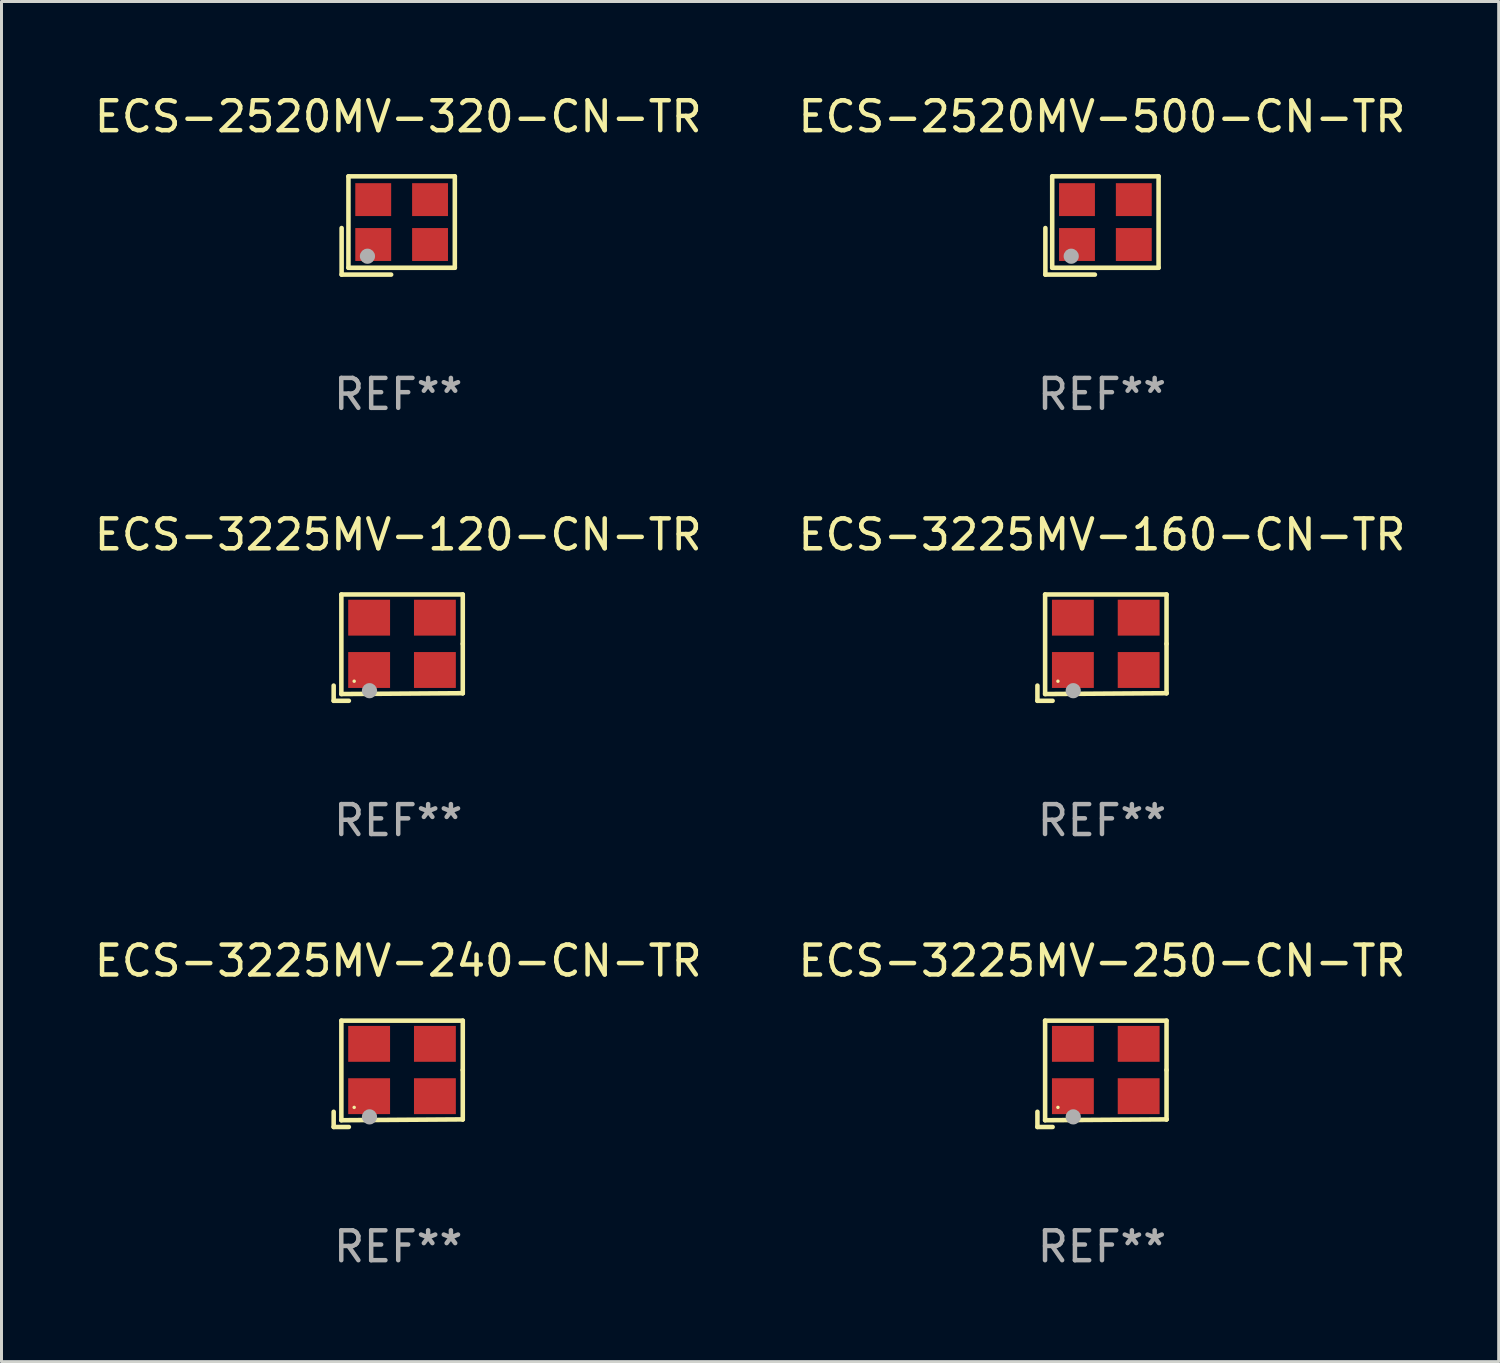
<source format=kicad_pcb>
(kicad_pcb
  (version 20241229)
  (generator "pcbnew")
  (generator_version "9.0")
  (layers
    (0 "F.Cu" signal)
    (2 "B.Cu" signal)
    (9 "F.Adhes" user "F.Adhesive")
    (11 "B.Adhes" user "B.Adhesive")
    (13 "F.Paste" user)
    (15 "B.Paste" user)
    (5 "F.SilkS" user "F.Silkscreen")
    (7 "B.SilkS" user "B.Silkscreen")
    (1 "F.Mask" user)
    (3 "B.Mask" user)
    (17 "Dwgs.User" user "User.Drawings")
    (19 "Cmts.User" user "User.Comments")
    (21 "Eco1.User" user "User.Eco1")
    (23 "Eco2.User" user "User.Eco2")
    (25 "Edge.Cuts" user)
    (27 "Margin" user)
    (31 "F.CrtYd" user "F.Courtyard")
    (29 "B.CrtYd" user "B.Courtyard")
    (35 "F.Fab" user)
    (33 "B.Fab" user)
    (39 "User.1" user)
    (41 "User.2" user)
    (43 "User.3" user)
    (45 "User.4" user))
  (footprint "ECS-3225MV-160-CN-TR"
    (layer "F.Cu")
    (at 33.804 18.609)
    (property "Reference" "ECS-3225MV-160-CN-TR" (at 0 -3.778 0) (layer "F.SilkS") (effects (font (size 1 1) (thickness 0.15))))
    (attr through_hole)
    (fp_line (start -2.159 1.27) (end -2.159 1.778) (stroke (width 0.152) (type solid)) (layer "F.SilkS"))
    (fp_line (start -2.159 1.778) (end -1.651 1.778) (stroke (width 0.152) (type solid)) (layer "F.SilkS"))
    (fp_line (start -1.902 -1.778) (end 2.159 -1.778) (stroke (width 0.152) (type solid)) (layer "F.SilkS"))
    (fp_line (start -1.902 1.552) (end -1.902 -1.778) (stroke (width 0.152) (type solid)) (layer "F.SilkS"))
    (fp_line (start 2.159 -1.778) (end 2.159 -0.127) (stroke (width 0.152) (type solid)) (layer "F.SilkS"))
    (fp_line (start 2.159 -0.127) (end 2.159 1.524) (stroke (width 0.152) (type solid)) (layer "F.SilkS"))
    (fp_line (start 2.159 1.524) (end -1.902 1.552) (stroke (width 0.152) (type solid)) (layer "F.SilkS"))
    (fp_line (start 2.159 1.524) (end 2.159 1.524) (stroke (width 0.152) (type solid)) (layer "F.SilkS"))
    (fp_circle (center -1.473 1.123) (end -1.443 1.123) (stroke (width 0.06) (type solid)) (fill no) (layer "F.SilkS"))
    (fp_circle (center -0.961 1.44) (end -0.834 1.44) (stroke (width 0.254) (type solid)) (fill no) (layer "F.Fab"))
    (fp_text user "REF**" (at 0 5.778 0) (layer "F.Fab") (effects (font (size 1 1) (thickness 0.15))))
    (pad "1" smd rect (at -0.973 0.748) (size 1.4 1.2) (layers "F.Cu" "F.Mask" "F.Paste"))
    (pad "2" smd rect (at 1.227 0.748) (size 1.4 1.2) (layers "F.Cu" "F.Mask" "F.Paste"))
    (pad "3" smd rect (at 1.227 -1.002) (size 1.4 1.2) (layers "F.Cu" "F.Mask" "F.Paste"))
    (pad "4" smd rect (at -0.973 -1.002) (size 1.4 1.2) (layers "F.Cu" "F.Mask" "F.Paste")))
  (footprint "ECS-3225MV-240-CN-TR"
    (layer "F.Cu")
    (at 10.268 32.862)
    (property "Reference" "ECS-3225MV-240-CN-TR" (at 0 -3.778 0) (layer "F.SilkS") (effects (font (size 1 1) (thickness 0.15))))
    (attr through_hole)
    (fp_line (start -2.159 1.27) (end -2.159 1.778) (stroke (width 0.152) (type solid)) (layer "F.SilkS"))
    (fp_line (start -2.159 1.778) (end -1.651 1.778) (stroke (width 0.152) (type solid)) (layer "F.SilkS"))
    (fp_line (start -1.902 -1.778) (end 2.159 -1.778) (stroke (width 0.152) (type solid)) (layer "F.SilkS"))
    (fp_line (start -1.902 1.552) (end -1.902 -1.778) (stroke (width 0.152) (type solid)) (layer "F.SilkS"))
    (fp_line (start 2.159 -1.778) (end 2.159 -0.127) (stroke (width 0.152) (type solid)) (layer "F.SilkS"))
    (fp_line (start 2.159 -0.127) (end 2.159 1.524) (stroke (width 0.152) (type solid)) (layer "F.SilkS"))
    (fp_line (start 2.159 1.524) (end -1.902 1.552) (stroke (width 0.152) (type solid)) (layer "F.SilkS"))
    (fp_line (start 2.159 1.524) (end 2.159 1.524) (stroke (width 0.152) (type solid)) (layer "F.SilkS"))
    (fp_circle (center -1.473 1.123) (end -1.443 1.123) (stroke (width 0.06) (type solid)) (fill no) (layer "F.SilkS"))
    (fp_circle (center -0.961 1.44) (end -0.834 1.44) (stroke (width 0.254) (type solid)) (fill no) (layer "F.Fab"))
    (fp_text user "REF**" (at 0 5.778 0) (layer "F.Fab") (effects (font (size 1 1) (thickness 0.15))))
    (pad "1" smd rect (at -0.973 0.748) (size 1.4 1.2) (layers "F.Cu" "F.Mask" "F.Paste"))
    (pad "2" smd rect (at 1.227 0.748) (size 1.4 1.2) (layers "F.Cu" "F.Mask" "F.Paste"))
    (pad "3" smd rect (at 1.227 -1.002) (size 1.4 1.2) (layers "F.Cu" "F.Mask" "F.Paste"))
    (pad "4" smd rect (at -0.973 -1.002) (size 1.4 1.2) (layers "F.Cu" "F.Mask" "F.Paste")))
  (footprint "ECS-2520MV-320-CN-TR"
    (layer "F.Cu")
    (at 10.268 4.491)
    (property "Reference" "ECS-2520MV-320-CN-TR" (at 0 -3.643 0) (layer "F.SilkS") (effects (font (size 1 1) (thickness 0.15))))
    (attr through_hole)
    (fp_line (start -1.893 0.086) (end -1.893 1.643) (stroke (width 0.152) (type solid)) (layer "F.SilkS"))
    (fp_line (start -1.893 1.643) (end -0.237 1.643) (stroke (width 0.152) (type solid)) (layer "F.SilkS"))
    (fp_line (start -1.665 -1.643) (end 1.893 -1.643) (stroke (width 0.152) (type solid)) (layer "F.SilkS"))
    (fp_line (start -1.665 1.414) (end -1.665 -1.643) (stroke (width 0.152) (type solid)) (layer "F.SilkS"))
    (fp_line (start 1.893 -1.643) (end 1.893 1.414) (stroke (width 0.152) (type solid)) (layer "F.SilkS"))
    (fp_line (start 1.893 1.414) (end -1.665 1.414) (stroke (width 0.152) (type solid)) (layer "F.SilkS"))
    (fp_circle (center -1.136 0.885) (end -1.106 0.885) (stroke (width 0.06) (type solid)) (fill no) (layer "F.SilkS"))
    (fp_circle (center -1.029 1.028) (end -0.902 1.028) (stroke (width 0.254) (type solid)) (fill no) (layer "F.Fab"))
    (fp_text user "REF**" (at 0 5.643 0) (layer "F.Fab") (effects (font (size 1 1) (thickness 0.15))))
    (pad "1" smd rect (at -0.836 0.636) (size 1.2 1.1) (layers "F.Cu" "F.Mask" "F.Paste"))
    (pad "2" smd rect (at 1.064 0.636) (size 1.2 1.1) (layers "F.Cu" "F.Mask" "F.Paste"))
    (pad "3" smd rect (at 1.064 -0.865) (size 1.2 1.1) (layers "F.Cu" "F.Mask" "F.Paste"))
    (pad "4" smd rect (at -0.836 -0.865) (size 1.2 1.1) (layers "F.Cu" "F.Mask" "F.Paste")))
  (footprint "ECS-3225MV-250-CN-TR"
    (layer "F.Cu")
    (at 33.804 32.862)
    (property "Reference" "ECS-3225MV-250-CN-TR" (at 0 -3.778 0) (layer "F.SilkS") (effects (font (size 1 1) (thickness 0.15))))
    (attr through_hole)
    (fp_line (start -2.159 1.27) (end -2.159 1.778) (stroke (width 0.152) (type solid)) (layer "F.SilkS"))
    (fp_line (start -2.159 1.778) (end -1.651 1.778) (stroke (width 0.152) (type solid)) (layer "F.SilkS"))
    (fp_line (start -1.902 -1.778) (end 2.159 -1.778) (stroke (width 0.152) (type solid)) (layer "F.SilkS"))
    (fp_line (start -1.902 1.552) (end -1.902 -1.778) (stroke (width 0.152) (type solid)) (layer "F.SilkS"))
    (fp_line (start 2.159 -1.778) (end 2.159 -0.127) (stroke (width 0.152) (type solid)) (layer "F.SilkS"))
    (fp_line (start 2.159 -0.127) (end 2.159 1.524) (stroke (width 0.152) (type solid)) (layer "F.SilkS"))
    (fp_line (start 2.159 1.524) (end -1.902 1.552) (stroke (width 0.152) (type solid)) (layer "F.SilkS"))
    (fp_line (start 2.159 1.524) (end 2.159 1.524) (stroke (width 0.152) (type solid)) (layer "F.SilkS"))
    (fp_circle (center -1.473 1.123) (end -1.443 1.123) (stroke (width 0.06) (type solid)) (fill no) (layer "F.SilkS"))
    (fp_circle (center -0.961 1.44) (end -0.834 1.44) (stroke (width 0.254) (type solid)) (fill no) (layer "F.Fab"))
    (fp_text user "REF**" (at 0 5.778 0) (layer "F.Fab") (effects (font (size 1 1) (thickness 0.15))))
    (pad "1" smd rect (at -0.973 0.748) (size 1.4 1.2) (layers "F.Cu" "F.Mask" "F.Paste"))
    (pad "2" smd rect (at 1.227 0.748) (size 1.4 1.2) (layers "F.Cu" "F.Mask" "F.Paste"))
    (pad "3" smd rect (at 1.227 -1.002) (size 1.4 1.2) (layers "F.Cu" "F.Mask" "F.Paste"))
    (pad "4" smd rect (at -0.973 -1.002) (size 1.4 1.2) (layers "F.Cu" "F.Mask" "F.Paste")))
  (footprint "ECS-2520MV-500-CN-TR"
    (layer "F.Cu")
    (at 33.804 4.491)
    (property "Reference" "ECS-2520MV-500-CN-TR" (at 0 -3.643 0) (layer "F.SilkS") (effects (font (size 1 1) (thickness 0.15))))
    (attr through_hole)
    (fp_line (start -1.893 0.086) (end -1.893 1.643) (stroke (width 0.152) (type solid)) (layer "F.SilkS"))
    (fp_line (start -1.893 1.643) (end -0.237 1.643) (stroke (width 0.152) (type solid)) (layer "F.SilkS"))
    (fp_line (start -1.665 -1.643) (end 1.893 -1.643) (stroke (width 0.152) (type solid)) (layer "F.SilkS"))
    (fp_line (start -1.665 1.414) (end -1.665 -1.643) (stroke (width 0.152) (type solid)) (layer "F.SilkS"))
    (fp_line (start 1.893 -1.643) (end 1.893 1.414) (stroke (width 0.152) (type solid)) (layer "F.SilkS"))
    (fp_line (start 1.893 1.414) (end -1.665 1.414) (stroke (width 0.152) (type solid)) (layer "F.SilkS"))
    (fp_circle (center -1.136 0.885) (end -1.106 0.885) (stroke (width 0.06) (type solid)) (fill no) (layer "F.SilkS"))
    (fp_circle (center -1.029 1.028) (end -0.902 1.028) (stroke (width 0.254) (type solid)) (fill no) (layer "F.Fab"))
    (fp_text user "REF**" (at 0 5.643 0) (layer "F.Fab") (effects (font (size 1 1) (thickness 0.15))))
    (pad "1" smd rect (at -0.836 0.636) (size 1.2 1.1) (layers "F.Cu" "F.Mask" "F.Paste"))
    (pad "2" smd rect (at 1.064 0.636) (size 1.2 1.1) (layers "F.Cu" "F.Mask" "F.Paste"))
    (pad "3" smd rect (at 1.064 -0.865) (size 1.2 1.1) (layers "F.Cu" "F.Mask" "F.Paste"))
    (pad "4" smd rect (at -0.836 -0.865) (size 1.2 1.1) (layers "F.Cu" "F.Mask" "F.Paste")))
  (footprint "ECS-3225MV-120-CN-TR"
    (layer "F.Cu")
    (at 10.268 18.609)
    (property "Reference" "ECS-3225MV-120-CN-TR" (at 0 -3.778 0) (layer "F.SilkS") (effects (font (size 1 1) (thickness 0.15))))
    (attr through_hole)
    (fp_line (start -2.159 1.27) (end -2.159 1.778) (stroke (width 0.152) (type solid)) (layer "F.SilkS"))
    (fp_line (start -2.159 1.778) (end -1.651 1.778) (stroke (width 0.152) (type solid)) (layer "F.SilkS"))
    (fp_line (start -1.902 -1.778) (end 2.159 -1.778) (stroke (width 0.152) (type solid)) (layer "F.SilkS"))
    (fp_line (start -1.902 1.552) (end -1.902 -1.778) (stroke (width 0.152) (type solid)) (layer "F.SilkS"))
    (fp_line (start 2.159 -1.778) (end 2.159 -0.127) (stroke (width 0.152) (type solid)) (layer "F.SilkS"))
    (fp_line (start 2.159 -0.127) (end 2.159 1.524) (stroke (width 0.152) (type solid)) (layer "F.SilkS"))
    (fp_line (start 2.159 1.524) (end -1.902 1.552) (stroke (width 0.152) (type solid)) (layer "F.SilkS"))
    (fp_line (start 2.159 1.524) (end 2.159 1.524) (stroke (width 0.152) (type solid)) (layer "F.SilkS"))
    (fp_circle (center -1.473 1.123) (end -1.443 1.123) (stroke (width 0.06) (type solid)) (fill no) (layer "F.SilkS"))
    (fp_circle (center -0.961 1.44) (end -0.834 1.44) (stroke (width 0.254) (type solid)) (fill no) (layer "F.Fab"))
    (fp_text user "REF**" (at 0 5.778 0) (layer "F.Fab") (effects (font (size 1 1) (thickness 0.15))))
    (pad "1" smd rect (at -0.973 0.748) (size 1.4 1.2) (layers "F.Cu" "F.Mask" "F.Paste"))
    (pad "2" smd rect (at 1.227 0.748) (size 1.4 1.2) (layers "F.Cu" "F.Mask" "F.Paste"))
    (pad "3" smd rect (at 1.227 -1.002) (size 1.4 1.2) (layers "F.Cu" "F.Mask" "F.Paste"))
    (pad "4" smd rect (at -0.973 -1.002) (size 1.4 1.2) (layers "F.Cu" "F.Mask" "F.Paste")))
  (gr_rect
    (start -3 -3)
    (end 47.071 42.488)
    (stroke (width 0.1) (type default))
    (fill no)
    (layer "Edge.Cuts")))
</source>
